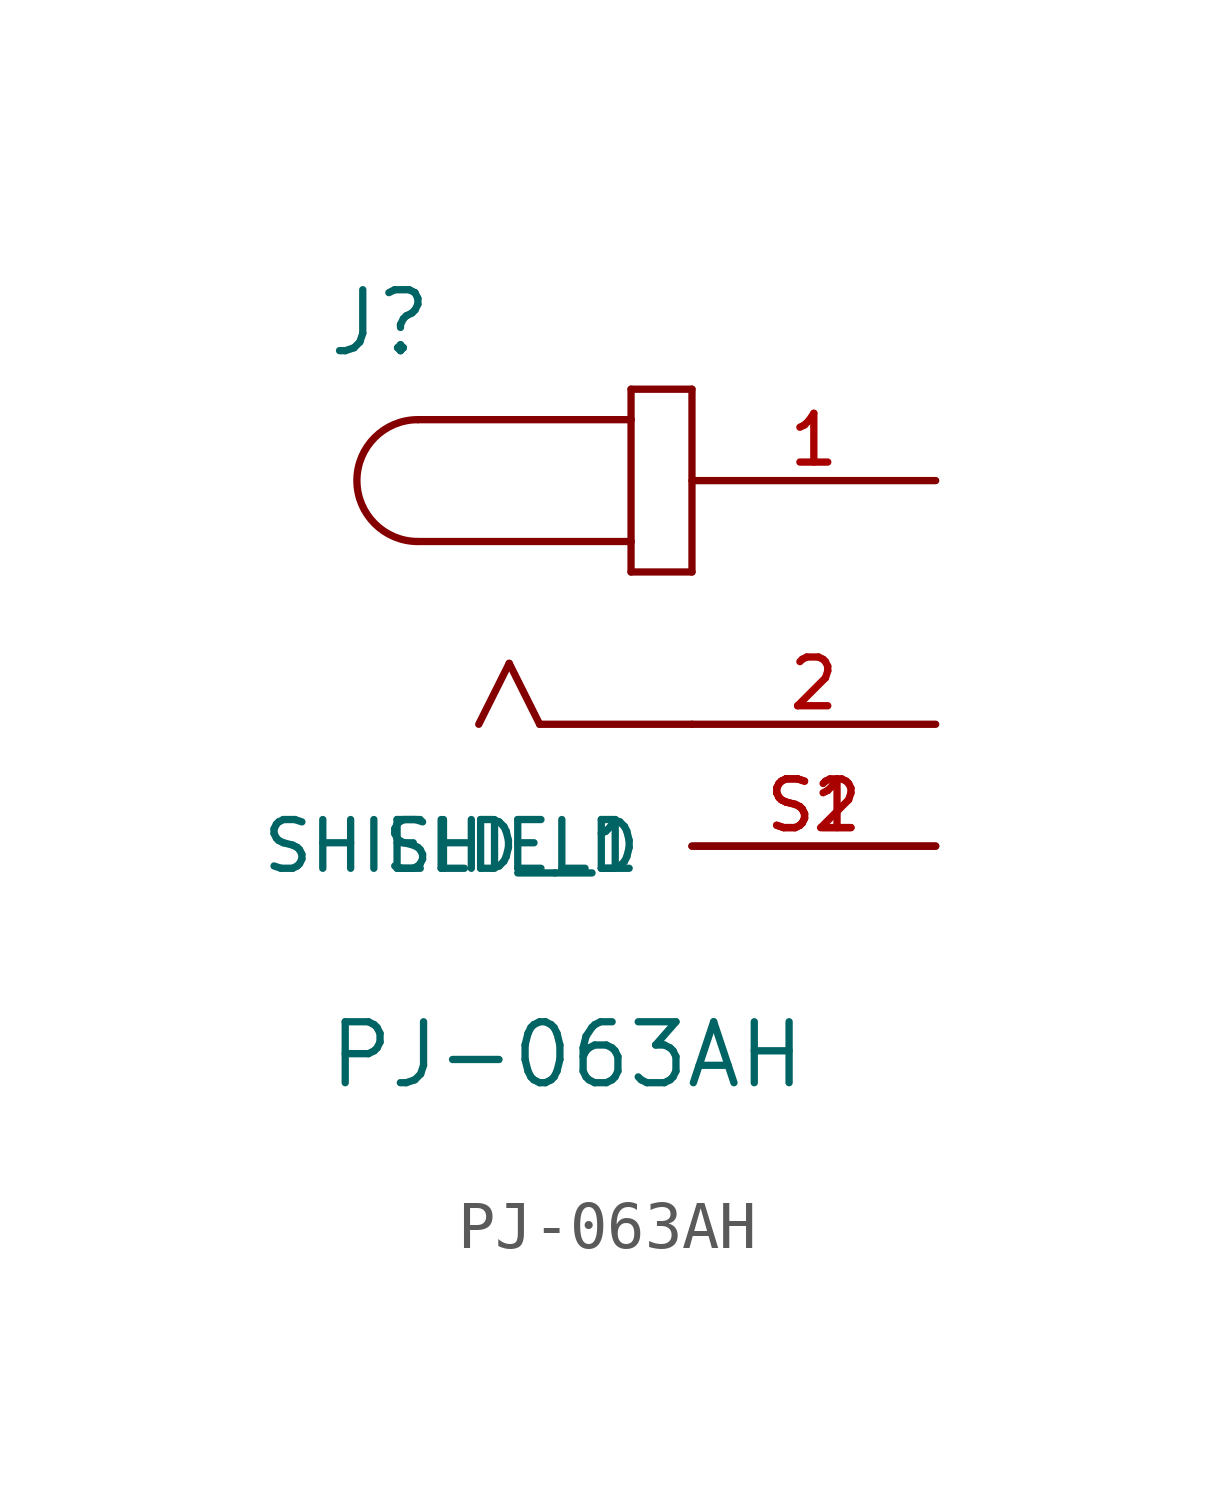
<source format=kicad_sym>
(kicad_symbol_lib
  (version 20211014)
  (generator kicad_symbol_editor)
  (symbol "PJ-063AH"
    (pin_names
      (offset 1.016))
    (property "Reference" "J"
      (at -7.628 5.085 0)
      (effects (font (size 1.27 1.27)) (justify bottom left)))
    (property "Value" "PJ-063AH"
      (at -7.631 -10.175 0)
      (effects (font (size 1.27 1.27)) (justify bottom left)))
    (symbol "PJ-063AH_0_0"
      (arc (start -5.715 3.81) (mid -6.985 2.54) (end -5.715 1.27) (stroke (width 0.1524) (type default) (color 0 0 0 0)) (fill (type none)))
      (polyline (pts (xy -5.715 3.81) (xy -1.27 3.81)) (stroke (width 0.152)))
      (polyline (pts (xy -1.27 3.81) (xy -1.27 1.27)) (stroke (width 0.152)))
      (polyline (pts (xy -1.27 1.27) (xy -5.715 1.27)) (stroke (width 0.152)))
      (polyline (pts (xy -1.27 1.27) (xy -1.27 0.635)) (stroke (width 0.152)))
      (polyline (pts (xy -1.27 0.635) (xy 0.0 0.635)) (stroke (width 0.152)))
      (polyline (pts (xy 0.0 0.635) (xy 0.0 4.445)) (stroke (width 0.152)))
      (polyline (pts (xy 0.0 4.445) (xy -1.27 4.445)) (stroke (width 0.152)))
      (polyline (pts (xy -1.27 4.445) (xy -1.27 3.81)) (stroke (width 0.152)))
      (polyline (pts (xy 0.0 -2.54) (xy -3.175 -2.54)) (stroke (width 0.152)))
      (polyline (pts (xy -3.175 -2.54) (xy -3.81 -1.27)) (stroke (width 0.152)))
      (polyline (pts (xy -3.81 -1.27) (xy -4.445 -2.54)) (stroke (width 0.152)))
      (pin passive line (at 5.08 2.54 180.0) (length 5.08) (name "~" (effects (font (size 1.016 1.016)))) (number "1" (effects (font (size 1.016 1.016)))))
      (pin passive line (at 5.08 -2.54 180.0) (length 5.08) (name "~" (effects (font (size 1.016 1.016)))) (number "2" (effects (font (size 1.016 1.016)))))
      (pin power_in line (at 5.08 -5.08 180.0) (length 5.08) (name "SHIELD" (effects (font (size 1.016 1.016)))) (number "S1" (effects (font (size 1.016 1.016)))))
      (pin power_in line (at 5.08 -5.08 180.0) (length 5.08) (name "SHIELD__1" (effects (font (size 1.016 1.016)))) (number "S2" (effects (font (size 1.016 1.016))))))))
</source>
